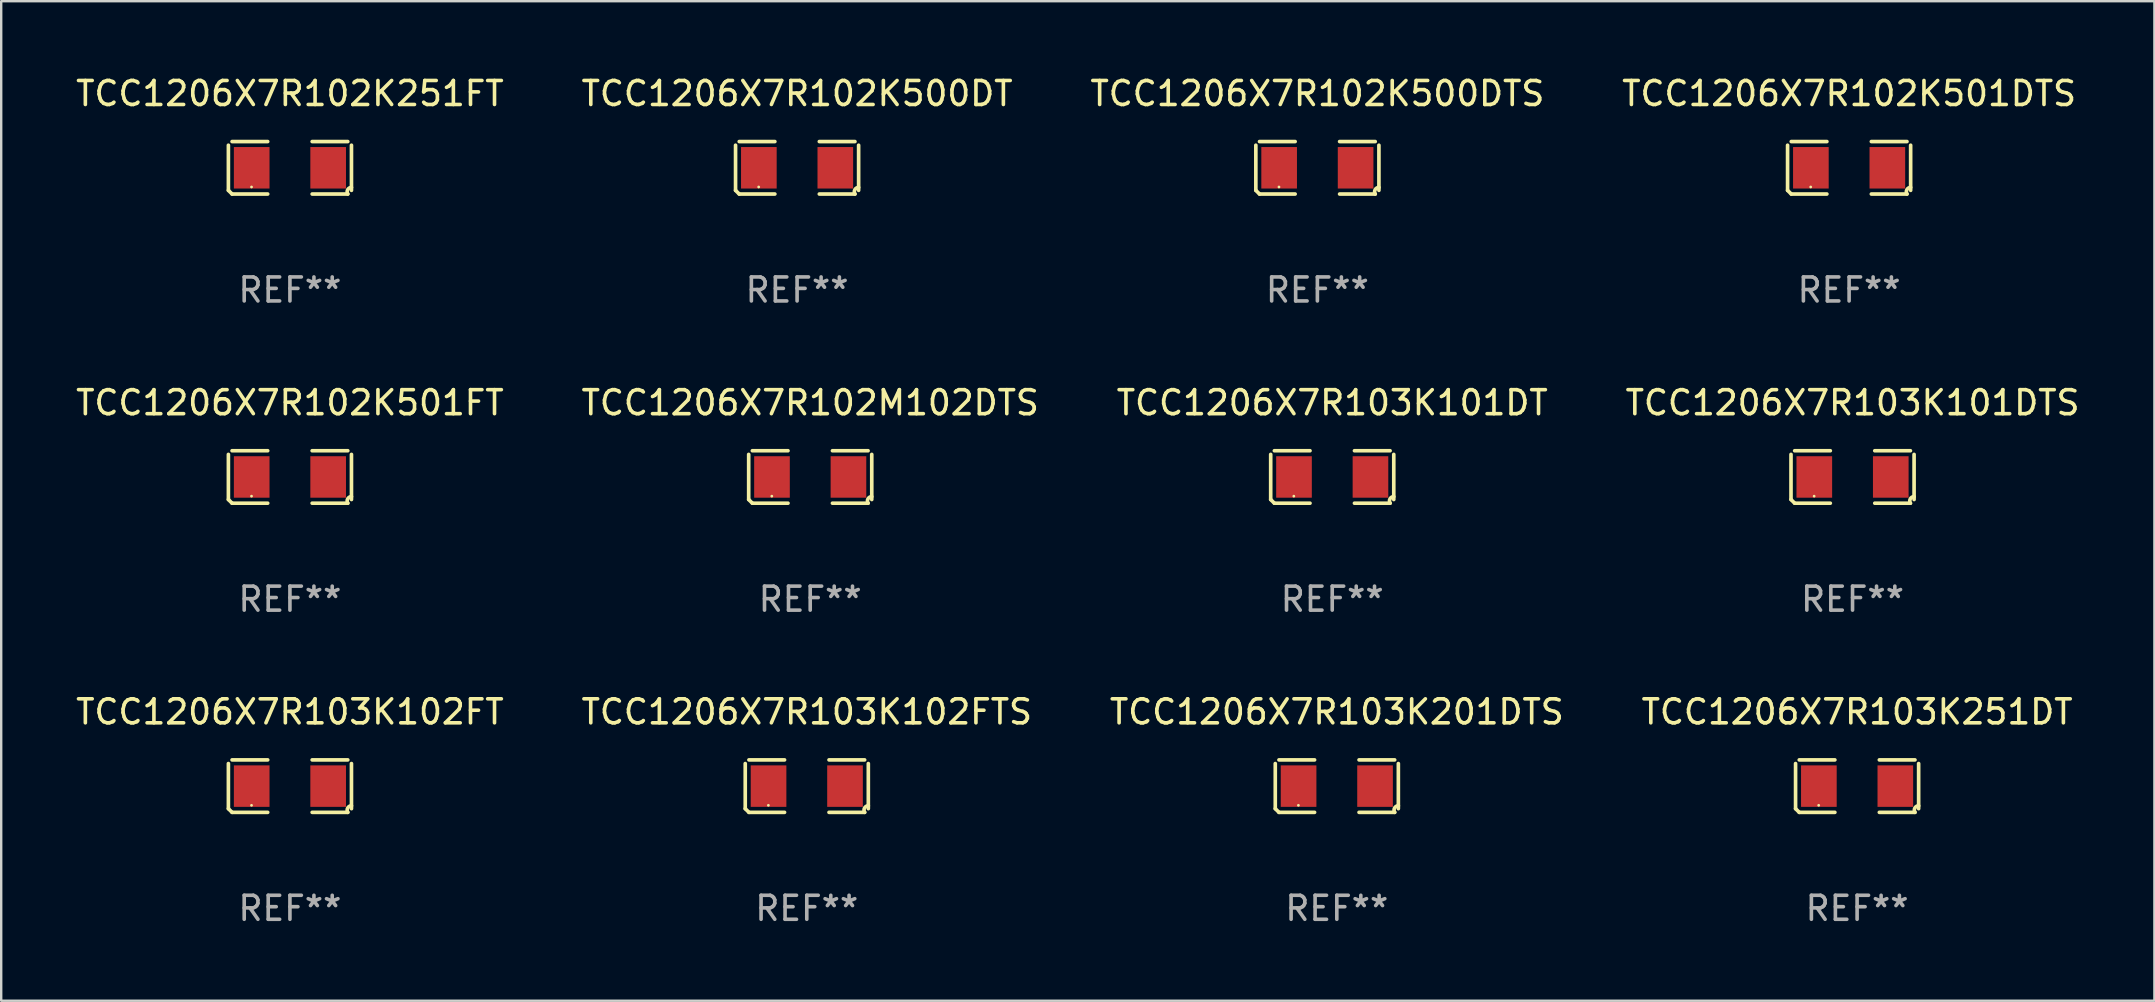
<source format=kicad_pcb>
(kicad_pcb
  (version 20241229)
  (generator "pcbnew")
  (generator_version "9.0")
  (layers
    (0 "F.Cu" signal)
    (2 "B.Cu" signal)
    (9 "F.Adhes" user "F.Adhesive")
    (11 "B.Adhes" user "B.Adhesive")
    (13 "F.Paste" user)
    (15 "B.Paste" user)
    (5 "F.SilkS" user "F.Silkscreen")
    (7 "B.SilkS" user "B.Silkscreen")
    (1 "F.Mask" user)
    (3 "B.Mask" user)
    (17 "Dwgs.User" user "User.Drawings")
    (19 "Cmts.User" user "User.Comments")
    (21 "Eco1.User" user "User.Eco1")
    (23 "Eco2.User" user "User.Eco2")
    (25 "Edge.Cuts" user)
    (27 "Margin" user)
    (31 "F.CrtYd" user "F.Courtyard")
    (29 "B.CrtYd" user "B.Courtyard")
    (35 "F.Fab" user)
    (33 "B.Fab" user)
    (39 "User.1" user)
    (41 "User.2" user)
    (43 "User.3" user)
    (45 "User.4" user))
  (footprint "TCC1206X7R102K501DTS"
    (layer "F.Cu")
    (at 73.994 3.941)
    (property "Reference" "TCC1206X7R102K501DTS" (at 0 -3.093 0) (layer "F.SilkS") (effects (font (size 1 1) (thickness 0.15))))
    (attr through_hole)
    (fp_line (start -2.564 0.94) (end -2.564 -0.94) (stroke (width 0.152) (type solid)) (layer "F.SilkS"))
    (fp_line (start -2.411 -1.093) (end -0.926 -1.093) (stroke (width 0.152) (type solid)) (layer "F.SilkS"))
    (fp_line (start -0.926 1.093) (end -2.411 1.093) (stroke (width 0.152) (type solid)) (layer "F.SilkS"))
    (fp_line (start 0.926 1.093) (end 2.411 1.093) (stroke (width 0.152) (type solid)) (layer "F.SilkS"))
    (fp_line (start 2.411 -1.093) (end 0.926 -1.093) (stroke (width 0.152) (type solid)) (layer "F.SilkS"))
    (fp_line (start 2.564 0.94) (end 2.564 -0.94) (stroke (width 0.152) (type solid)) (layer "F.SilkS"))
    (fp_arc (start -2.411201 1.092609) (mid -2.487413 1.01642) (end -2.563602 0.940208) (stroke (width 0.1524) (type solid)) (layer "F.SilkS"))
    (fp_arc (start 2.411201 1.092609) (mid 2.407159 0.911226) (end 2.563602 0.819347) (stroke (width 0.1524) (type solid)) (layer "F.SilkS"))
    (fp_circle (center -1.6 0.8) (end -1.57 0.8) (stroke (width 0.06) (type solid)) (fill no) (layer "F.SilkS"))
    (fp_text user "REF**" (at 0 5.093 0) (layer "F.Fab") (effects (font (size 1 1) (thickness 0.15))))
    (pad "1" smd rect (at -1.593 0) (size 1.485 1.728) (layers "F.Cu" "F.Mask" "F.Paste"))
    (pad "2" smd rect (at 1.593 0) (size 1.485 1.728) (layers "F.Cu" "F.Mask" "F.Paste")))
  (footprint "TCC1206X7R103K251DT"
    (layer "F.Cu")
    (at 74.327 29.704)
    (property "Reference" "TCC1206X7R103K251DT" (at 0 -3.093 0) (layer "F.SilkS") (effects (font (size 1 1) (thickness 0.15))))
    (attr through_hole)
    (fp_line (start -2.564 0.94) (end -2.564 -0.94) (stroke (width 0.152) (type solid)) (layer "F.SilkS"))
    (fp_line (start -2.411 -1.093) (end -0.926 -1.093) (stroke (width 0.152) (type solid)) (layer "F.SilkS"))
    (fp_line (start -0.926 1.093) (end -2.411 1.093) (stroke (width 0.152) (type solid)) (layer "F.SilkS"))
    (fp_line (start 0.926 1.093) (end 2.411 1.093) (stroke (width 0.152) (type solid)) (layer "F.SilkS"))
    (fp_line (start 2.411 -1.093) (end 0.926 -1.093) (stroke (width 0.152) (type solid)) (layer "F.SilkS"))
    (fp_line (start 2.564 0.94) (end 2.564 -0.94) (stroke (width 0.152) (type solid)) (layer "F.SilkS"))
    (fp_arc (start -2.411201 1.092609) (mid -2.487413 1.01642) (end -2.563602 0.940208) (stroke (width 0.1524) (type solid)) (layer "F.SilkS"))
    (fp_arc (start 2.411201 1.092609) (mid 2.407159 0.911226) (end 2.563602 0.819347) (stroke (width 0.1524) (type solid)) (layer "F.SilkS"))
    (fp_circle (center -1.6 0.8) (end -1.57 0.8) (stroke (width 0.06) (type solid)) (fill no) (layer "F.SilkS"))
    (fp_text user "REF**" (at 0 5.093 0) (layer "F.Fab") (effects (font (size 1 1) (thickness 0.15))))
    (pad "1" smd rect (at -1.593 0) (size 1.485 1.728) (layers "F.Cu" "F.Mask" "F.Paste"))
    (pad "2" smd rect (at 1.593 0) (size 1.485 1.728) (layers "F.Cu" "F.Mask" "F.Paste")))
  (footprint "TCC1206X7R103K102FT"
    (layer "F.Cu")
    (at 9.03 29.704)
    (property "Reference" "TCC1206X7R103K102FT" (at 0 -3.093 0) (layer "F.SilkS") (effects (font (size 1 1) (thickness 0.15))))
    (attr through_hole)
    (fp_line (start -2.564 0.94) (end -2.564 -0.94) (stroke (width 0.152) (type solid)) (layer "F.SilkS"))
    (fp_line (start -2.411 -1.093) (end -0.926 -1.093) (stroke (width 0.152) (type solid)) (layer "F.SilkS"))
    (fp_line (start -0.926 1.093) (end -2.411 1.093) (stroke (width 0.152) (type solid)) (layer "F.SilkS"))
    (fp_line (start 0.926 1.093) (end 2.411 1.093) (stroke (width 0.152) (type solid)) (layer "F.SilkS"))
    (fp_line (start 2.411 -1.093) (end 0.926 -1.093) (stroke (width 0.152) (type solid)) (layer "F.SilkS"))
    (fp_line (start 2.564 0.94) (end 2.564 -0.94) (stroke (width 0.152) (type solid)) (layer "F.SilkS"))
    (fp_arc (start -2.411201 1.092609) (mid -2.487413 1.01642) (end -2.563602 0.940208) (stroke (width 0.1524) (type solid)) (layer "F.SilkS"))
    (fp_arc (start 2.411201 1.092609) (mid 2.407159 0.911226) (end 2.563602 0.819347) (stroke (width 0.1524) (type solid)) (layer "F.SilkS"))
    (fp_circle (center -1.6 0.8) (end -1.57 0.8) (stroke (width 0.06) (type solid)) (fill no) (layer "F.SilkS"))
    (fp_text user "REF**" (at 0 5.093 0) (layer "F.Fab") (effects (font (size 1 1) (thickness 0.15))))
    (pad "1" smd rect (at -1.593 0) (size 1.485 1.728) (layers "F.Cu" "F.Mask" "F.Paste"))
    (pad "2" smd rect (at 1.593 0) (size 1.485 1.728) (layers "F.Cu" "F.Mask" "F.Paste")))
  (footprint "TCC1206X7R102K251FT"
    (layer "F.Cu")
    (at 9.03 3.941)
    (property "Reference" "TCC1206X7R102K251FT" (at 0 -3.093 0) (layer "F.SilkS") (effects (font (size 1 1) (thickness 0.15))))
    (attr through_hole)
    (fp_line (start -2.564 0.94) (end -2.564 -0.94) (stroke (width 0.152) (type solid)) (layer "F.SilkS"))
    (fp_line (start -2.411 -1.093) (end -0.926 -1.093) (stroke (width 0.152) (type solid)) (layer "F.SilkS"))
    (fp_line (start -0.926 1.093) (end -2.411 1.093) (stroke (width 0.152) (type solid)) (layer "F.SilkS"))
    (fp_line (start 0.926 1.093) (end 2.411 1.093) (stroke (width 0.152) (type solid)) (layer "F.SilkS"))
    (fp_line (start 2.411 -1.093) (end 0.926 -1.093) (stroke (width 0.152) (type solid)) (layer "F.SilkS"))
    (fp_line (start 2.564 0.94) (end 2.564 -0.94) (stroke (width 0.152) (type solid)) (layer "F.SilkS"))
    (fp_arc (start -2.411201 1.092609) (mid -2.487413 1.01642) (end -2.563602 0.940208) (stroke (width 0.1524) (type solid)) (layer "F.SilkS"))
    (fp_arc (start 2.411201 1.092609) (mid 2.407159 0.911226) (end 2.563602 0.819347) (stroke (width 0.1524) (type solid)) (layer "F.SilkS"))
    (fp_circle (center -1.6 0.8) (end -1.57 0.8) (stroke (width 0.06) (type solid)) (fill no) (layer "F.SilkS"))
    (fp_text user "REF**" (at 0 5.093 0) (layer "F.Fab") (effects (font (size 1 1) (thickness 0.15))))
    (pad "1" smd rect (at -1.593 0) (size 1.485 1.728) (layers "F.Cu" "F.Mask" "F.Paste"))
    (pad "2" smd rect (at 1.593 0) (size 1.485 1.728) (layers "F.Cu" "F.Mask" "F.Paste")))
  (footprint "TCC1206X7R102K501FT"
    (layer "F.Cu")
    (at 9.03 16.823)
    (property "Reference" "TCC1206X7R102K501FT" (at 0 -3.093 0) (layer "F.SilkS") (effects (font (size 1 1) (thickness 0.15))))
    (attr through_hole)
    (fp_line (start -2.564 0.94) (end -2.564 -0.94) (stroke (width 0.152) (type solid)) (layer "F.SilkS"))
    (fp_line (start -2.411 -1.093) (end -0.926 -1.093) (stroke (width 0.152) (type solid)) (layer "F.SilkS"))
    (fp_line (start -0.926 1.093) (end -2.411 1.093) (stroke (width 0.152) (type solid)) (layer "F.SilkS"))
    (fp_line (start 0.926 1.093) (end 2.411 1.093) (stroke (width 0.152) (type solid)) (layer "F.SilkS"))
    (fp_line (start 2.411 -1.093) (end 0.926 -1.093) (stroke (width 0.152) (type solid)) (layer "F.SilkS"))
    (fp_line (start 2.564 0.94) (end 2.564 -0.94) (stroke (width 0.152) (type solid)) (layer "F.SilkS"))
    (fp_arc (start -2.411201 1.092609) (mid -2.487413 1.01642) (end -2.563602 0.940208) (stroke (width 0.1524) (type solid)) (layer "F.SilkS"))
    (fp_arc (start 2.411201 1.092609) (mid 2.407159 0.911226) (end 2.563602 0.819347) (stroke (width 0.1524) (type solid)) (layer "F.SilkS"))
    (fp_circle (center -1.6 0.8) (end -1.57 0.8) (stroke (width 0.06) (type solid)) (fill no) (layer "F.SilkS"))
    (fp_text user "REF**" (at 0 5.093 0) (layer "F.Fab") (effects (font (size 1 1) (thickness 0.15))))
    (pad "1" smd rect (at -1.593 0) (size 1.485 1.728) (layers "F.Cu" "F.Mask" "F.Paste"))
    (pad "2" smd rect (at 1.593 0) (size 1.485 1.728) (layers "F.Cu" "F.Mask" "F.Paste")))
  (footprint "TCC1206X7R103K201DTS"
    (layer "F.Cu")
    (at 52.649 29.704)
    (property "Reference" "TCC1206X7R103K201DTS" (at 0 -3.093 0) (layer "F.SilkS") (effects (font (size 1 1) (thickness 0.15))))
    (attr through_hole)
    (fp_line (start -2.564 0.94) (end -2.564 -0.94) (stroke (width 0.152) (type solid)) (layer "F.SilkS"))
    (fp_line (start -2.411 -1.093) (end -0.926 -1.093) (stroke (width 0.152) (type solid)) (layer "F.SilkS"))
    (fp_line (start -0.926 1.093) (end -2.411 1.093) (stroke (width 0.152) (type solid)) (layer "F.SilkS"))
    (fp_line (start 0.926 1.093) (end 2.411 1.093) (stroke (width 0.152) (type solid)) (layer "F.SilkS"))
    (fp_line (start 2.411 -1.093) (end 0.926 -1.093) (stroke (width 0.152) (type solid)) (layer "F.SilkS"))
    (fp_line (start 2.564 0.94) (end 2.564 -0.94) (stroke (width 0.152) (type solid)) (layer "F.SilkS"))
    (fp_arc (start -2.411201 1.092609) (mid -2.487413 1.01642) (end -2.563602 0.940208) (stroke (width 0.1524) (type solid)) (layer "F.SilkS"))
    (fp_arc (start 2.411201 1.092609) (mid 2.407159 0.911226) (end 2.563602 0.819347) (stroke (width 0.1524) (type solid)) (layer "F.SilkS"))
    (fp_circle (center -1.6 0.8) (end -1.57 0.8) (stroke (width 0.06) (type solid)) (fill no) (layer "F.SilkS"))
    (fp_text user "REF**" (at 0 5.093 0) (layer "F.Fab") (effects (font (size 1 1) (thickness 0.15))))
    (pad "1" smd rect (at -1.593 0) (size 1.485 1.728) (layers "F.Cu" "F.Mask" "F.Paste"))
    (pad "2" smd rect (at 1.593 0) (size 1.485 1.728) (layers "F.Cu" "F.Mask" "F.Paste")))
  (footprint "TCC1206X7R103K101DTS"
    (layer "F.Cu")
    (at 74.137 16.823)
    (property "Reference" "TCC1206X7R103K101DTS" (at 0 -3.093 0) (layer "F.SilkS") (effects (font (size 1 1) (thickness 0.15))))
    (attr through_hole)
    (fp_line (start -2.564 0.94) (end -2.564 -0.94) (stroke (width 0.152) (type solid)) (layer "F.SilkS"))
    (fp_line (start -2.411 -1.093) (end -0.926 -1.093) (stroke (width 0.152) (type solid)) (layer "F.SilkS"))
    (fp_line (start -0.926 1.093) (end -2.411 1.093) (stroke (width 0.152) (type solid)) (layer "F.SilkS"))
    (fp_line (start 0.926 1.093) (end 2.411 1.093) (stroke (width 0.152) (type solid)) (layer "F.SilkS"))
    (fp_line (start 2.411 -1.093) (end 0.926 -1.093) (stroke (width 0.152) (type solid)) (layer "F.SilkS"))
    (fp_line (start 2.564 0.94) (end 2.564 -0.94) (stroke (width 0.152) (type solid)) (layer "F.SilkS"))
    (fp_arc (start -2.411201 1.092609) (mid -2.487413 1.01642) (end -2.563602 0.940208) (stroke (width 0.1524) (type solid)) (layer "F.SilkS"))
    (fp_arc (start 2.411201 1.092609) (mid 2.407159 0.911226) (end 2.563602 0.819347) (stroke (width 0.1524) (type solid)) (layer "F.SilkS"))
    (fp_circle (center -1.6 0.8) (end -1.57 0.8) (stroke (width 0.06) (type solid)) (fill no) (layer "F.SilkS"))
    (fp_text user "REF**" (at 0 5.093 0) (layer "F.Fab") (effects (font (size 1 1) (thickness 0.15))))
    (pad "1" smd rect (at -1.593 0) (size 1.485 1.728) (layers "F.Cu" "F.Mask" "F.Paste"))
    (pad "2" smd rect (at 1.593 0) (size 1.485 1.728) (layers "F.Cu" "F.Mask" "F.Paste")))
  (footprint "TCC1206X7R103K101DT"
    (layer "F.Cu")
    (at 52.458 16.823)
    (property "Reference" "TCC1206X7R103K101DT" (at 0 -3.093 0) (layer "F.SilkS") (effects (font (size 1 1) (thickness 0.15))))
    (attr through_hole)
    (fp_line (start -2.564 0.94) (end -2.564 -0.94) (stroke (width 0.152) (type solid)) (layer "F.SilkS"))
    (fp_line (start -2.411 -1.093) (end -0.926 -1.093) (stroke (width 0.152) (type solid)) (layer "F.SilkS"))
    (fp_line (start -0.926 1.093) (end -2.411 1.093) (stroke (width 0.152) (type solid)) (layer "F.SilkS"))
    (fp_line (start 0.926 1.093) (end 2.411 1.093) (stroke (width 0.152) (type solid)) (layer "F.SilkS"))
    (fp_line (start 2.411 -1.093) (end 0.926 -1.093) (stroke (width 0.152) (type solid)) (layer "F.SilkS"))
    (fp_line (start 2.564 0.94) (end 2.564 -0.94) (stroke (width 0.152) (type solid)) (layer "F.SilkS"))
    (fp_arc (start -2.411201 1.092609) (mid -2.487413 1.01642) (end -2.563602 0.940208) (stroke (width 0.1524) (type solid)) (layer "F.SilkS"))
    (fp_arc (start 2.411201 1.092609) (mid 2.407159 0.911226) (end 2.563602 0.819347) (stroke (width 0.1524) (type solid)) (layer "F.SilkS"))
    (fp_circle (center -1.6 0.8) (end -1.57 0.8) (stroke (width 0.06) (type solid)) (fill no) (layer "F.SilkS"))
    (fp_text user "REF**" (at 0 5.093 0) (layer "F.Fab") (effects (font (size 1 1) (thickness 0.15))))
    (pad "1" smd rect (at -1.593 0) (size 1.485 1.728) (layers "F.Cu" "F.Mask" "F.Paste"))
    (pad "2" smd rect (at 1.593 0) (size 1.485 1.728) (layers "F.Cu" "F.Mask" "F.Paste")))
  (footprint "TCC1206X7R102K500DTS"
    (layer "F.Cu")
    (at 51.839 3.941)
    (property "Reference" "TCC1206X7R102K500DTS" (at 0 -3.093 0) (layer "F.SilkS") (effects (font (size 1 1) (thickness 0.15))))
    (attr through_hole)
    (fp_line (start -2.564 0.94) (end -2.564 -0.94) (stroke (width 0.152) (type solid)) (layer "F.SilkS"))
    (fp_line (start -2.411 -1.093) (end -0.926 -1.093) (stroke (width 0.152) (type solid)) (layer "F.SilkS"))
    (fp_line (start -0.926 1.093) (end -2.411 1.093) (stroke (width 0.152) (type solid)) (layer "F.SilkS"))
    (fp_line (start 0.926 1.093) (end 2.411 1.093) (stroke (width 0.152) (type solid)) (layer "F.SilkS"))
    (fp_line (start 2.411 -1.093) (end 0.926 -1.093) (stroke (width 0.152) (type solid)) (layer "F.SilkS"))
    (fp_line (start 2.564 0.94) (end 2.564 -0.94) (stroke (width 0.152) (type solid)) (layer "F.SilkS"))
    (fp_arc (start -2.411201 1.092609) (mid -2.487413 1.01642) (end -2.563602 0.940208) (stroke (width 0.1524) (type solid)) (layer "F.SilkS"))
    (fp_arc (start 2.411201 1.092609) (mid 2.407159 0.911226) (end 2.563602 0.819347) (stroke (width 0.1524) (type solid)) (layer "F.SilkS"))
    (fp_circle (center -1.6 0.8) (end -1.57 0.8) (stroke (width 0.06) (type solid)) (fill no) (layer "F.SilkS"))
    (fp_text user "REF**" (at 0 5.093 0) (layer "F.Fab") (effects (font (size 1 1) (thickness 0.15))))
    (pad "1" smd rect (at -1.593 0) (size 1.485 1.728) (layers "F.Cu" "F.Mask" "F.Paste"))
    (pad "2" smd rect (at 1.593 0) (size 1.485 1.728) (layers "F.Cu" "F.Mask" "F.Paste")))
  (footprint "TCC1206X7R103K102FTS"
    (layer "F.Cu")
    (at 30.565 29.704)
    (property "Reference" "TCC1206X7R103K102FTS" (at 0 -3.093 0) (layer "F.SilkS") (effects (font (size 1 1) (thickness 0.15))))
    (attr through_hole)
    (fp_line (start -2.564 0.94) (end -2.564 -0.94) (stroke (width 0.152) (type solid)) (layer "F.SilkS"))
    (fp_line (start -2.411 -1.093) (end -0.926 -1.093) (stroke (width 0.152) (type solid)) (layer "F.SilkS"))
    (fp_line (start -0.926 1.093) (end -2.411 1.093) (stroke (width 0.152) (type solid)) (layer "F.SilkS"))
    (fp_line (start 0.926 1.093) (end 2.411 1.093) (stroke (width 0.152) (type solid)) (layer "F.SilkS"))
    (fp_line (start 2.411 -1.093) (end 0.926 -1.093) (stroke (width 0.152) (type solid)) (layer "F.SilkS"))
    (fp_line (start 2.564 0.94) (end 2.564 -0.94) (stroke (width 0.152) (type solid)) (layer "F.SilkS"))
    (fp_arc (start -2.411201 1.092609) (mid -2.487413 1.01642) (end -2.563602 0.940208) (stroke (width 0.1524) (type solid)) (layer "F.SilkS"))
    (fp_arc (start 2.411201 1.092609) (mid 2.407159 0.911226) (end 2.563602 0.819347) (stroke (width 0.1524) (type solid)) (layer "F.SilkS"))
    (fp_circle (center -1.6 0.8) (end -1.57 0.8) (stroke (width 0.06) (type solid)) (fill no) (layer "F.SilkS"))
    (fp_text user "REF**" (at 0 5.093 0) (layer "F.Fab") (effects (font (size 1 1) (thickness 0.15))))
    (pad "1" smd rect (at -1.593 0) (size 1.485 1.728) (layers "F.Cu" "F.Mask" "F.Paste"))
    (pad "2" smd rect (at 1.593 0) (size 1.485 1.728) (layers "F.Cu" "F.Mask" "F.Paste")))
  (footprint "TCC1206X7R102M102DTS"
    (layer "F.Cu")
    (at 30.708 16.823)
    (property "Reference" "TCC1206X7R102M102DTS" (at 0 -3.093 0) (layer "F.SilkS") (effects (font (size 1 1) (thickness 0.15))))
    (attr through_hole)
    (fp_line (start -2.564 0.94) (end -2.564 -0.94) (stroke (width 0.152) (type solid)) (layer "F.SilkS"))
    (fp_line (start -2.411 -1.093) (end -0.926 -1.093) (stroke (width 0.152) (type solid)) (layer "F.SilkS"))
    (fp_line (start -0.926 1.093) (end -2.411 1.093) (stroke (width 0.152) (type solid)) (layer "F.SilkS"))
    (fp_line (start 0.926 1.093) (end 2.411 1.093) (stroke (width 0.152) (type solid)) (layer "F.SilkS"))
    (fp_line (start 2.411 -1.093) (end 0.926 -1.093) (stroke (width 0.152) (type solid)) (layer "F.SilkS"))
    (fp_line (start 2.564 0.94) (end 2.564 -0.94) (stroke (width 0.152) (type solid)) (layer "F.SilkS"))
    (fp_arc (start -2.411201 1.092609) (mid -2.487413 1.01642) (end -2.563602 0.940208) (stroke (width 0.1524) (type solid)) (layer "F.SilkS"))
    (fp_arc (start 2.411201 1.092609) (mid 2.407159 0.911226) (end 2.563602 0.819347) (stroke (width 0.1524) (type solid)) (layer "F.SilkS"))
    (fp_circle (center -1.6 0.8) (end -1.57 0.8) (stroke (width 0.06) (type solid)) (fill no) (layer "F.SilkS"))
    (fp_text user "REF**" (at 0 5.093 0) (layer "F.Fab") (effects (font (size 1 1) (thickness 0.15))))
    (pad "1" smd rect (at -1.593 0) (size 1.485 1.728) (layers "F.Cu" "F.Mask" "F.Paste"))
    (pad "2" smd rect (at 1.593 0) (size 1.485 1.728) (layers "F.Cu" "F.Mask" "F.Paste")))
  (footprint "TCC1206X7R102K500DT"
    (layer "F.Cu")
    (at 30.161 3.941)
    (property "Reference" "TCC1206X7R102K500DT" (at 0 -3.093 0) (layer "F.SilkS") (effects (font (size 1 1) (thickness 0.15))))
    (attr through_hole)
    (fp_line (start -2.564 0.94) (end -2.564 -0.94) (stroke (width 0.152) (type solid)) (layer "F.SilkS"))
    (fp_line (start -2.411 -1.093) (end -0.926 -1.093) (stroke (width 0.152) (type solid)) (layer "F.SilkS"))
    (fp_line (start -0.926 1.093) (end -2.411 1.093) (stroke (width 0.152) (type solid)) (layer "F.SilkS"))
    (fp_line (start 0.926 1.093) (end 2.411 1.093) (stroke (width 0.152) (type solid)) (layer "F.SilkS"))
    (fp_line (start 2.411 -1.093) (end 0.926 -1.093) (stroke (width 0.152) (type solid)) (layer "F.SilkS"))
    (fp_line (start 2.564 0.94) (end 2.564 -0.94) (stroke (width 0.152) (type solid)) (layer "F.SilkS"))
    (fp_arc (start -2.411201 1.092609) (mid -2.487413 1.01642) (end -2.563602 0.940208) (stroke (width 0.1524) (type solid)) (layer "F.SilkS"))
    (fp_arc (start 2.411201 1.092609) (mid 2.407159 0.911226) (end 2.563602 0.819347) (stroke (width 0.1524) (type solid)) (layer "F.SilkS"))
    (fp_circle (center -1.6 0.8) (end -1.57 0.8) (stroke (width 0.06) (type solid)) (fill no) (layer "F.SilkS"))
    (fp_text user "REF**" (at 0 5.093 0) (layer "F.Fab") (effects (font (size 1 1) (thickness 0.15))))
    (pad "1" smd rect (at -1.593 0) (size 1.485 1.728) (layers "F.Cu" "F.Mask" "F.Paste"))
    (pad "2" smd rect (at 1.593 0) (size 1.485 1.728) (layers "F.Cu" "F.Mask" "F.Paste")))
  (gr_rect
    (start -3 -3)
    (end 86.714 38.645)
    (stroke (width 0.1) (type default))
    (fill no)
    (layer "Edge.Cuts")))
</source>
